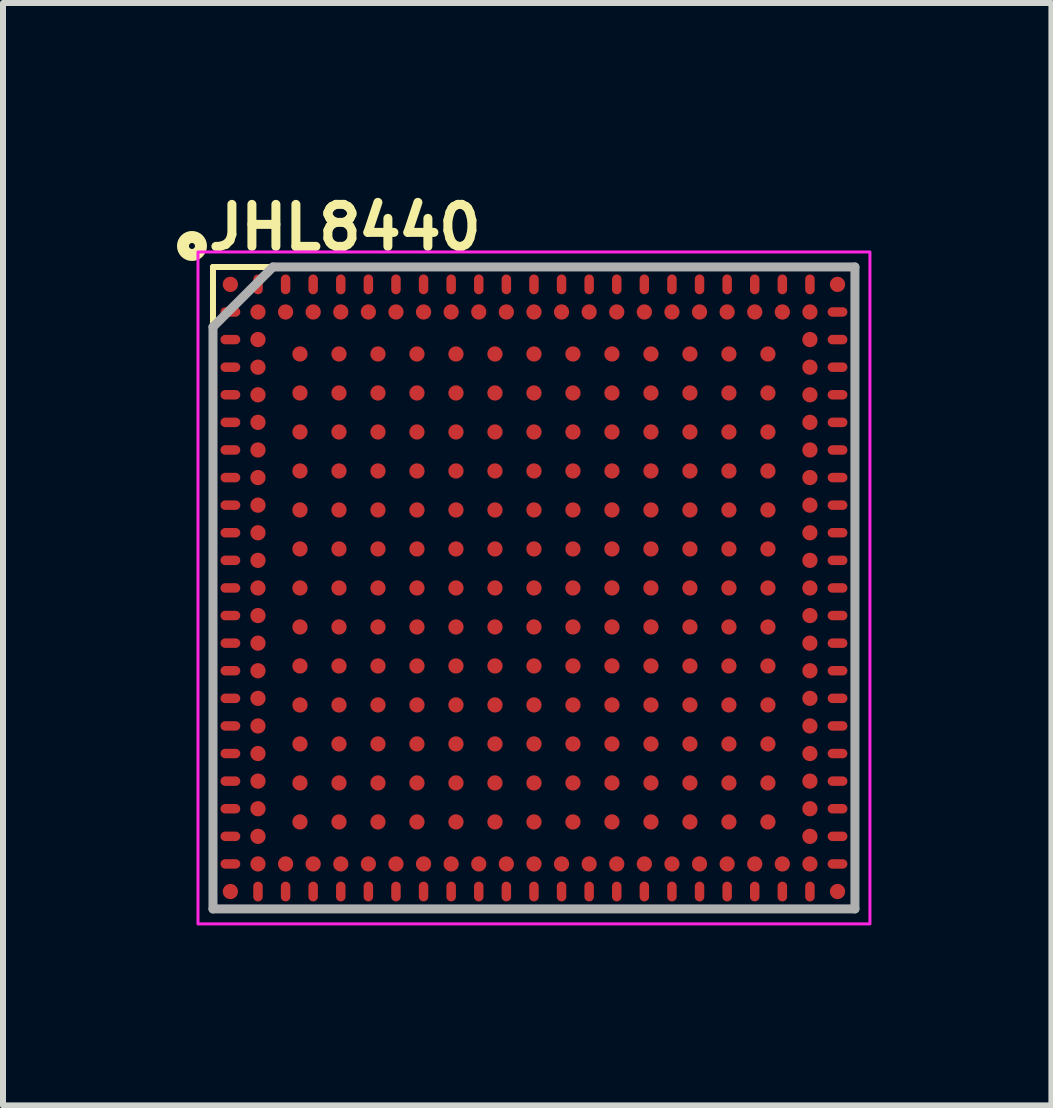
<source format=kicad_pcb>
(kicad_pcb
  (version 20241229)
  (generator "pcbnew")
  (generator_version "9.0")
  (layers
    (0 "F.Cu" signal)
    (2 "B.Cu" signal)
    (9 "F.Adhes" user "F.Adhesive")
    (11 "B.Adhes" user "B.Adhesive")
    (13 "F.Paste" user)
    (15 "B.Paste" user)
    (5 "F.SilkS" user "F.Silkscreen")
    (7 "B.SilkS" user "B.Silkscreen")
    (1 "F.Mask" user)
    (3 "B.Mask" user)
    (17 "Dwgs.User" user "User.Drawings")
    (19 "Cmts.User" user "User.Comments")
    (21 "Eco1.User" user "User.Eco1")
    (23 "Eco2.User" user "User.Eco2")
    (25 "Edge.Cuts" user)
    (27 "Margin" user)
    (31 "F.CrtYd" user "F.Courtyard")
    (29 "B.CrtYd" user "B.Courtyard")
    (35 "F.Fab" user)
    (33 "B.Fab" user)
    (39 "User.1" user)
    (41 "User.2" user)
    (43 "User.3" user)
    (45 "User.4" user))
  (footprint "JHL8440"
    (layer "F.Cu")
    (at 5.85 6.75)
    (property "Reference" "JHL8440" (at -5.5 -5.6 0) (unlocked yes) (layer "F.SilkS") (effects (font (size 0.7 0.7) (thickness 0.15)) (justify left bottom)))
    (attr smd)
    (fp_line (start -5.35 5.35) (end -5.35 -5.35) (stroke (width 0.1) (type solid)) (layer "F.SilkS"))
    (fp_line (start -5.35 5.35) (end 5.35 5.35) (stroke (width 0.1) (type solid)) (layer "F.SilkS"))
    (fp_line (start 5.35 -5.35) (end -5.35 -5.35) (stroke (width 0.1) (type solid)) (layer "F.SilkS"))
    (fp_line (start 5.35 -5.35) (end 5.35 5.35) (stroke (width 0.1) (type solid)) (layer "F.SilkS"))
    (fp_circle (center -5.7 -5.7) (end -5.65 -5.7) (stroke (width 0.2) (type solid)) (fill no) (layer "F.SilkS"))
    (fp_rect (start -5.6 -5.6) (end 5.6 5.6) (stroke (width 0.05) (type solid)) (fill no) (layer "F.CrtYd"))
    (fp_line (start -5.35 5.35) (end -5.35 -4.35) (stroke (width 0.15) (type solid)) (layer "F.Fab"))
    (fp_line (start -4.35 -5.35) (end -5.35 -4.35) (stroke (width 0.15) (type solid)) (layer "F.Fab"))
    (fp_line (start -4.35 -5.35) (end 5.35 -5.35) (stroke (width 0.15) (type solid)) (layer "F.Fab"))
    (fp_line (start 5.35 -5.35) (end 5.35 5.35) (stroke (width 0.15) (type solid)) (layer "F.Fab"))
    (fp_line (start 5.35 5.35) (end -5.35 5.35) (stroke (width 0.15) (type solid)) (layer "F.Fab"))
    (fp_rect (start -5.35 -5.35) (end 5.35 5.35) (stroke (width 0.15) (type solid)) (fill no) (layer "User.5"))
    (fp_line (start -5.35 -5.35) (end 5.35 -5.35) (stroke (width 0.1) (type solid)) (layer "User.9"))
    (fp_line (start -5.35 5.35) (end -5.35 -5.35) (stroke (width 0.1) (type solid)) (layer "User.9"))
    (fp_line (start 5.35 -5.35) (end 5.35 5.35) (stroke (width 0.1) (type solid)) (layer "User.9"))
    (fp_line (start 5.35 5.35) (end -5.35 5.35) (stroke (width 0.1) (type solid)) (layer "User.9"))
    (pad "A1" smd circle (at -5.06 -5.06) (size 0.254 0.254) (layers "F.Cu" "F.Mask" "F.Paste"))
    (pad "A2" smd oval (at -4.6 -5.06) (size 0.158 0.33) (layers "F.Cu" "F.Mask" "F.Paste"))
    (pad "A3" smd oval (at -4.14 -5.06) (size 0.158 0.33) (layers "F.Cu" "F.Mask" "F.Paste"))
    (pad "A4" smd oval (at -3.68 -5.06) (size 0.158 0.33) (layers "F.Cu" "F.Mask" "F.Paste"))
    (pad "A5" smd oval (at -3.22 -5.06) (size 0.158 0.33) (layers "F.Cu" "F.Mask" "F.Paste"))
    (pad "A6" smd oval (at -2.76 -5.06) (size 0.158 0.33) (layers "F.Cu" "F.Mask" "F.Paste"))
    (pad "A7" smd oval (at -2.3 -5.06) (size 0.158 0.33) (layers "F.Cu" "F.Mask" "F.Paste"))
    (pad "A8" smd oval (at -1.84 -5.06) (size 0.158 0.33) (layers "F.Cu" "F.Mask" "F.Paste"))
    (pad "A9" smd oval (at -1.38 -5.06) (size 0.158 0.33) (layers "F.Cu" "F.Mask" "F.Paste"))
    (pad "A10" smd oval (at -0.92 -5.06) (size 0.158 0.33) (layers "F.Cu" "F.Mask" "F.Paste"))
    (pad "A11" smd oval (at -0.46 -5.06) (size 0.158 0.33) (layers "F.Cu" "F.Mask" "F.Paste"))
    (pad "A12" smd oval (at 0 -5.06) (size 0.158 0.33) (layers "F.Cu" "F.Mask" "F.Paste"))
    (pad "A13" smd oval (at 0.46 -5.06) (size 0.158 0.33) (layers "F.Cu" "F.Mask" "F.Paste"))
    (pad "A14" smd oval (at 0.92 -5.06) (size 0.158 0.33) (layers "F.Cu" "F.Mask" "F.Paste"))
    (pad "A15" smd oval (at 1.38 -5.06) (size 0.158 0.33) (layers "F.Cu" "F.Mask" "F.Paste"))
    (pad "A16" smd oval (at 1.84 -5.06) (size 0.158 0.33) (layers "F.Cu" "F.Mask" "F.Paste"))
    (pad "A17" smd oval (at 2.3 -5.06) (size 0.158 0.33) (layers "F.Cu" "F.Mask" "F.Paste"))
    (pad "A18" smd oval (at 2.76 -5.06) (size 0.158 0.33) (layers "F.Cu" "F.Mask" "F.Paste"))
    (pad "A19" smd oval (at 3.22 -5.06) (size 0.158 0.33) (layers "F.Cu" "F.Mask" "F.Paste"))
    (pad "A20" smd oval (at 3.68 -5.06) (size 0.158 0.33) (layers "F.Cu" "F.Mask" "F.Paste"))
    (pad "A21" smd oval (at 4.14 -5.06) (size 0.158 0.33) (layers "F.Cu" "F.Mask" "F.Paste"))
    (pad "A22" smd oval (at 4.6 -5.06) (size 0.158 0.33) (layers "F.Cu" "F.Mask" "F.Paste"))
    (pad "A23" smd circle (at 5.06 -5.06) (size 0.254 0.254) (layers "F.Cu" "F.Mask" "F.Paste"))
    (pad "AA1" smd oval (at -5.06 4.14 90) (size 0.158 0.33) (layers "F.Cu" "F.Mask" "F.Paste"))
    (pad "AA2" smd circle (at -4.6 4.14) (size 0.254 0.254) (layers "F.Cu" "F.Mask" "F.Paste"))
    (pad "AA22" smd circle (at 4.6 4.14) (size 0.254 0.254) (layers "F.Cu" "F.Mask" "F.Paste"))
    (pad "AA23" smd oval (at 5.06 4.14 90) (size 0.158 0.33) (layers "F.Cu" "F.Mask" "F.Paste"))
    (pad "AB1" smd oval (at -5.06 4.6 90) (size 0.158 0.33) (layers "F.Cu" "F.Mask" "F.Paste"))
    (pad "AB2" smd circle (at -4.6 4.6) (size 0.254 0.254) (layers "F.Cu" "F.Mask" "F.Paste"))
    (pad "AB3" smd circle (at -4.14 4.6) (size 0.254 0.254) (layers "F.Cu" "F.Mask" "F.Paste"))
    (pad "AB4" smd circle (at -3.68 4.6) (size 0.254 0.254) (layers "F.Cu" "F.Mask" "F.Paste"))
    (pad "AB5" smd circle (at -3.22 4.6) (size 0.254 0.254) (layers "F.Cu" "F.Mask" "F.Paste"))
    (pad "AB6" smd circle (at -2.76 4.6) (size 0.254 0.254) (layers "F.Cu" "F.Mask" "F.Paste"))
    (pad "AB7" smd circle (at -2.3 4.6) (size 0.254 0.254) (layers "F.Cu" "F.Mask" "F.Paste"))
    (pad "AB8" smd circle (at -1.84 4.6) (size 0.254 0.254) (layers "F.Cu" "F.Mask" "F.Paste"))
    (pad "AB9" smd circle (at -1.38 4.6) (size 0.254 0.254) (layers "F.Cu" "F.Mask" "F.Paste"))
    (pad "AB10" smd circle (at -0.92 4.6) (size 0.254 0.254) (layers "F.Cu" "F.Mask" "F.Paste"))
    (pad "AB11" smd circle (at -0.46 4.6) (size 0.254 0.254) (layers "F.Cu" "F.Mask" "F.Paste"))
    (pad "AB12" smd circle (at 0 4.6) (size 0.254 0.254) (layers "F.Cu" "F.Mask" "F.Paste"))
    (pad "AB13" smd circle (at 0.46 4.6) (size 0.254 0.254) (layers "F.Cu" "F.Mask" "F.Paste"))
    (pad "AB14" smd circle (at 0.92 4.6) (size 0.254 0.254) (layers "F.Cu" "F.Mask" "F.Paste"))
    (pad "AB15" smd circle (at 1.38 4.6) (size 0.254 0.254) (layers "F.Cu" "F.Mask" "F.Paste"))
    (pad "AB16" smd circle (at 1.84 4.6) (size 0.254 0.254) (layers "F.Cu" "F.Mask" "F.Paste"))
    (pad "AB17" smd circle (at 2.3 4.6) (size 0.254 0.254) (layers "F.Cu" "F.Mask" "F.Paste"))
    (pad "AB18" smd circle (at 2.76 4.6) (size 0.254 0.254) (layers "F.Cu" "F.Mask" "F.Paste"))
    (pad "AB19" smd circle (at 3.22 4.6) (size 0.254 0.254) (layers "F.Cu" "F.Mask" "F.Paste"))
    (pad "AB20" smd circle (at 3.68 4.6) (size 0.254 0.254) (layers "F.Cu" "F.Mask" "F.Paste"))
    (pad "AB21" smd circle (at 4.14 4.6) (size 0.254 0.254) (layers "F.Cu" "F.Mask" "F.Paste"))
    (pad "AB22" smd circle (at 4.6 4.6) (size 0.254 0.254) (layers "F.Cu" "F.Mask" "F.Paste"))
    (pad "AB23" smd oval (at 5.06 4.6 90) (size 0.158 0.33) (layers "F.Cu" "F.Mask" "F.Paste"))
    (pad "AC1" smd circle (at -5.06 5.06) (size 0.254 0.254) (layers "F.Cu" "F.Mask" "F.Paste"))
    (pad "AC2" smd oval (at -4.6 5.06) (size 0.158 0.33) (layers "F.Cu" "F.Mask" "F.Paste"))
    (pad "AC3" smd oval (at -4.14 5.06) (size 0.158 0.33) (layers "F.Cu" "F.Mask" "F.Paste"))
    (pad "AC4" smd oval (at -3.68 5.06) (size 0.158 0.33) (layers "F.Cu" "F.Mask" "F.Paste"))
    (pad "AC5" smd oval (at -3.22 5.06) (size 0.158 0.33) (layers "F.Cu" "F.Mask" "F.Paste"))
    (pad "AC6" smd oval (at -2.76 5.06) (size 0.158 0.33) (layers "F.Cu" "F.Mask" "F.Paste"))
    (pad "AC7" smd oval (at -2.3 5.06) (size 0.158 0.33) (layers "F.Cu" "F.Mask" "F.Paste"))
    (pad "AC8" smd oval (at -1.84 5.06) (size 0.158 0.33) (layers "F.Cu" "F.Mask" "F.Paste"))
    (pad "AC9" smd oval (at -1.38 5.06) (size 0.158 0.33) (layers "F.Cu" "F.Mask" "F.Paste"))
    (pad "AC10" smd oval (at -0.92 5.06) (size 0.158 0.33) (layers "F.Cu" "F.Mask" "F.Paste"))
    (pad "AC11" smd oval (at -0.46 5.06) (size 0.158 0.33) (layers "F.Cu" "F.Mask" "F.Paste"))
    (pad "AC12" smd oval (at 0 5.06) (size 0.158 0.33) (layers "F.Cu" "F.Mask" "F.Paste"))
    (pad "AC13" smd oval (at 0.46 5.06) (size 0.158 0.33) (layers "F.Cu" "F.Mask" "F.Paste"))
    (pad "AC14" smd oval (at 0.92 5.06) (size 0.158 0.33) (layers "F.Cu" "F.Mask" "F.Paste"))
    (pad "AC15" smd oval (at 1.38 5.06) (size 0.158 0.33) (layers "F.Cu" "F.Mask" "F.Paste"))
    (pad "AC16" smd oval (at 1.84 5.06) (size 0.158 0.33) (layers "F.Cu" "F.Mask" "F.Paste"))
    (pad "AC17" smd oval (at 2.3 5.06) (size 0.158 0.33) (layers "F.Cu" "F.Mask" "F.Paste"))
    (pad "AC18" smd oval (at 2.76 5.06) (size 0.158 0.33) (layers "F.Cu" "F.Mask" "F.Paste"))
    (pad "AC19" smd oval (at 3.22 5.06) (size 0.158 0.33) (layers "F.Cu" "F.Mask" "F.Paste"))
    (pad "AC20" smd oval (at 3.68 5.06) (size 0.158 0.33) (layers "F.Cu" "F.Mask" "F.Paste"))
    (pad "AC21" smd oval (at 4.14 5.06) (size 0.158 0.33) (layers "F.Cu" "F.Mask" "F.Paste"))
    (pad "AC22" smd oval (at 4.6 5.06) (size 0.158 0.33) (layers "F.Cu" "F.Mask" "F.Paste"))
    (pad "AC23" smd circle (at 5.06 5.06) (size 0.254 0.254) (layers "F.Cu" "F.Mask" "F.Paste"))
    (pad "B1" smd oval (at -5.06 -4.6 90) (size 0.158 0.33) (layers "F.Cu" "F.Mask" "F.Paste"))
    (pad "B2" smd circle (at -4.6 -4.6) (size 0.254 0.254) (layers "F.Cu" "F.Mask" "F.Paste"))
    (pad "B3" smd circle (at -4.14 -4.6) (size 0.254 0.254) (layers "F.Cu" "F.Mask" "F.Paste"))
    (pad "B4" smd circle (at -3.68 -4.6) (size 0.254 0.254) (layers "F.Cu" "F.Mask" "F.Paste"))
    (pad "B5" smd circle (at -3.22 -4.6) (size 0.254 0.254) (layers "F.Cu" "F.Mask" "F.Paste"))
    (pad "B6" smd circle (at -2.76 -4.6) (size 0.254 0.254) (layers "F.Cu" "F.Mask" "F.Paste"))
    (pad "B7" smd circle (at -2.3 -4.6) (size 0.254 0.254) (layers "F.Cu" "F.Mask" "F.Paste"))
    (pad "B8" smd circle (at -1.84 -4.6) (size 0.254 0.254) (layers "F.Cu" "F.Mask" "F.Paste"))
    (pad "B9" smd circle (at -1.38 -4.6) (size 0.254 0.254) (layers "F.Cu" "F.Mask" "F.Paste"))
    (pad "B10" smd circle (at -0.92 -4.6) (size 0.254 0.254) (layers "F.Cu" "F.Mask" "F.Paste"))
    (pad "B11" smd circle (at -0.46 -4.6) (size 0.254 0.254) (layers "F.Cu" "F.Mask" "F.Paste"))
    (pad "B12" smd circle (at 0 -4.6) (size 0.254 0.254) (layers "F.Cu" "F.Mask" "F.Paste"))
    (pad "B13" smd circle (at 0.46 -4.6) (size 0.254 0.254) (layers "F.Cu" "F.Mask" "F.Paste"))
    (pad "B14" smd circle (at 0.92 -4.6) (size 0.254 0.254) (layers "F.Cu" "F.Mask" "F.Paste"))
    (pad "B15" smd circle (at 1.38 -4.6) (size 0.254 0.254) (layers "F.Cu" "F.Mask" "F.Paste"))
    (pad "B16" smd circle (at 1.84 -4.6) (size 0.254 0.254) (layers "F.Cu" "F.Mask" "F.Paste"))
    (pad "B17" smd circle (at 2.3 -4.6) (size 0.254 0.254) (layers "F.Cu" "F.Mask" "F.Paste"))
    (pad "B18" smd circle (at 2.76 -4.6) (size 0.254 0.254) (layers "F.Cu" "F.Mask" "F.Paste"))
    (pad "B19" smd circle (at 3.22 -4.6) (size 0.254 0.254) (layers "F.Cu" "F.Mask" "F.Paste"))
    (pad "B20" smd circle (at 3.68 -4.6) (size 0.254 0.254) (layers "F.Cu" "F.Mask" "F.Paste"))
    (pad "B21" smd circle (at 4.14 -4.6) (size 0.254 0.254) (layers "F.Cu" "F.Mask" "F.Paste"))
    (pad "B22" smd circle (at 4.6 -4.6) (size 0.254 0.254) (layers "F.Cu" "F.Mask" "F.Paste"))
    (pad "B23" smd oval (at 5.06 -4.6 90) (size 0.158 0.33) (layers "F.Cu" "F.Mask" "F.Paste"))
    (pad "C1" smd oval (at -5.06 -4.14 90) (size 0.158 0.33) (layers "F.Cu" "F.Mask" "F.Paste"))
    (pad "C2" smd circle (at -4.6 -4.14) (size 0.254 0.254) (layers "F.Cu" "F.Mask" "F.Paste"))
    (pad "C22" smd circle (at 4.6 -4.14) (size 0.254 0.254) (layers "F.Cu" "F.Mask" "F.Paste"))
    (pad "C23" smd oval (at 5.06 -4.14 90) (size 0.158 0.33) (layers "F.Cu" "F.Mask" "F.Paste"))
    (pad "D1" smd oval (at -5.06 -3.68 90) (size 0.158 0.33) (layers "F.Cu" "F.Mask" "F.Paste"))
    (pad "D2" smd circle (at -4.6 -3.68) (size 0.254 0.254) (layers "F.Cu" "F.Mask" "F.Paste"))
    (pad "D4" smd circle (at -3.9 -3.9) (size 0.254 0.254) (layers "F.Cu" "F.Mask" "F.Paste"))
    (pad "D5" smd circle (at -3.25 -3.9) (size 0.254 0.254) (layers "F.Cu" "F.Mask" "F.Paste"))
    (pad "D6" smd circle (at -2.6 -3.9) (size 0.254 0.254) (layers "F.Cu" "F.Mask" "F.Paste"))
    (pad "D8" smd circle (at -1.95 -3.9) (size 0.254 0.254) (layers "F.Cu" "F.Mask" "F.Paste"))
    (pad "D9" smd circle (at -1.3 -3.9) (size 0.254 0.254) (layers "F.Cu" "F.Mask" "F.Paste"))
    (pad "D11" smd circle (at -0.65 -3.9) (size 0.254 0.254) (layers "F.Cu" "F.Mask" "F.Paste"))
    (pad "D12" smd circle (at 0 -3.9) (size 0.254 0.254) (layers "F.Cu" "F.Mask" "F.Paste"))
    (pad "D13" smd circle (at 0.65 -3.9) (size 0.254 0.254) (layers "F.Cu" "F.Mask" "F.Paste"))
    (pad "D15" smd circle (at 1.3 -3.9) (size 0.254 0.254) (layers "F.Cu" "F.Mask" "F.Paste"))
    (pad "D16" smd circle (at 1.95 -3.9) (size 0.254 0.254) (layers "F.Cu" "F.Mask" "F.Paste"))
    (pad "D18" smd circle (at 2.6 -3.9) (size 0.254 0.254) (layers "F.Cu" "F.Mask" "F.Paste"))
    (pad "D19" smd circle (at 3.25 -3.9) (size 0.254 0.254) (layers "F.Cu" "F.Mask" "F.Paste"))
    (pad "D20" smd circle (at 3.9 -3.9) (size 0.254 0.254) (layers "F.Cu" "F.Mask" "F.Paste"))
    (pad "D22" smd circle (at 4.6 -3.68) (size 0.254 0.254) (layers "F.Cu" "F.Mask" "F.Paste"))
    (pad "D23" smd oval (at 5.06 -3.68 90) (size 0.158 0.33) (layers "F.Cu" "F.Mask" "F.Paste"))
    (pad "E1" smd oval (at -5.06 -3.22 90) (size 0.158 0.33) (layers "F.Cu" "F.Mask" "F.Paste"))
    (pad "E2" smd circle (at -4.6 -3.22) (size 0.254 0.254) (layers "F.Cu" "F.Mask" "F.Paste"))
    (pad "E4" smd circle (at -3.9 -3.25) (size 0.254 0.254) (layers "F.Cu" "F.Mask" "F.Paste"))
    (pad "E5" smd circle (at -3.25 -3.25) (size 0.254 0.254) (layers "F.Cu" "F.Mask" "F.Paste"))
    (pad "E6" smd circle (at -2.6 -3.25) (size 0.254 0.254) (layers "F.Cu" "F.Mask" "F.Paste"))
    (pad "E8" smd circle (at -1.95 -3.25) (size 0.254 0.254) (layers "F.Cu" "F.Mask" "F.Paste"))
    (pad "E9" smd circle (at -1.3 -3.25) (size 0.254 0.254) (layers "F.Cu" "F.Mask" "F.Paste"))
    (pad "E11" smd circle (at -0.65 -3.25) (size 0.254 0.254) (layers "F.Cu" "F.Mask" "F.Paste"))
    (pad "E12" smd circle (at 0 -3.25) (size 0.254 0.254) (layers "F.Cu" "F.Mask" "F.Paste"))
    (pad "E13" smd circle (at 0.65 -3.25) (size 0.254 0.254) (layers "F.Cu" "F.Mask" "F.Paste"))
    (pad "E15" smd circle (at 1.3 -3.25) (size 0.254 0.254) (layers "F.Cu" "F.Mask" "F.Paste"))
    (pad "E16" smd circle (at 1.95 -3.25) (size 0.254 0.254) (layers "F.Cu" "F.Mask" "F.Paste"))
    (pad "E18" smd circle (at 2.6 -3.25) (size 0.254 0.254) (layers "F.Cu" "F.Mask" "F.Paste"))
    (pad "E19" smd circle (at 3.25 -3.25) (size 0.254 0.254) (layers "F.Cu" "F.Mask" "F.Paste"))
    (pad "E20" smd circle (at 3.9 -3.25) (size 0.254 0.254) (layers "F.Cu" "F.Mask" "F.Paste"))
    (pad "E22" smd circle (at 4.6 -3.22) (size 0.254 0.254) (layers "F.Cu" "F.Mask" "F.Paste"))
    (pad "E23" smd oval (at 5.06 -3.22 90) (size 0.158 0.33) (layers "F.Cu" "F.Mask" "F.Paste"))
    (pad "F1" smd oval (at -5.06 -2.76 90) (size 0.158 0.33) (layers "F.Cu" "F.Mask" "F.Paste"))
    (pad "F2" smd circle (at -4.6 -2.76) (size 0.254 0.254) (layers "F.Cu" "F.Mask" "F.Paste"))
    (pad "F4" smd circle (at -3.9 -2.6) (size 0.254 0.254) (layers "F.Cu" "F.Mask" "F.Paste"))
    (pad "F5" smd circle (at -3.25 -2.6) (size 0.254 0.254) (layers "F.Cu" "F.Mask" "F.Paste"))
    (pad "F6" smd circle (at -2.6 -2.6) (size 0.254 0.254) (layers "F.Cu" "F.Mask" "F.Paste"))
    (pad "F8" smd circle (at -1.95 -2.6) (size 0.254 0.254) (layers "F.Cu" "F.Mask" "F.Paste"))
    (pad "F9" smd circle (at -1.3 -2.6) (size 0.254 0.254) (layers "F.Cu" "F.Mask" "F.Paste"))
    (pad "F11" smd circle (at -0.65 -2.6) (size 0.254 0.254) (layers "F.Cu" "F.Mask" "F.Paste"))
    (pad "F12" smd circle (at 0 -2.6) (size 0.254 0.254) (layers "F.Cu" "F.Mask" "F.Paste"))
    (pad "F13" smd circle (at 0.65 -2.6) (size 0.254 0.254) (layers "F.Cu" "F.Mask" "F.Paste"))
    (pad "F15" smd circle (at 1.3 -2.6) (size 0.254 0.254) (layers "F.Cu" "F.Mask" "F.Paste"))
    (pad "F16" smd circle (at 1.95 -2.6) (size 0.254 0.254) (layers "F.Cu" "F.Mask" "F.Paste"))
    (pad "F18" smd circle (at 2.6 -2.6) (size 0.254 0.254) (layers "F.Cu" "F.Mask" "F.Paste"))
    (pad "F19" smd circle (at 3.25 -2.6) (size 0.254 0.254) (layers "F.Cu" "F.Mask" "F.Paste"))
    (pad "F20" smd circle (at 3.9 -2.6) (size 0.254 0.254) (layers "F.Cu" "F.Mask" "F.Paste"))
    (pad "F22" smd circle (at 4.6 -2.76) (size 0.254 0.254) (layers "F.Cu" "F.Mask" "F.Paste"))
    (pad "F23" smd oval (at 5.06 -2.76 90) (size 0.158 0.33) (layers "F.Cu" "F.Mask" "F.Paste"))
    (pad "G1" smd oval (at -5.06 -2.3 90) (size 0.158 0.33) (layers "F.Cu" "F.Mask" "F.Paste"))
    (pad "G2" smd circle (at -4.6 -2.3) (size 0.254 0.254) (layers "F.Cu" "F.Mask" "F.Paste"))
    (pad "G22" smd circle (at 4.6 -2.3) (size 0.254 0.254) (layers "F.Cu" "F.Mask" "F.Paste"))
    (pad "G23" smd oval (at 5.06 -2.3 90) (size 0.158 0.33) (layers "F.Cu" "F.Mask" "F.Paste"))
    (pad "H1" smd oval (at -5.06 -1.84 90) (size 0.158 0.33) (layers "F.Cu" "F.Mask" "F.Paste"))
    (pad "H2" smd circle (at -4.6 -1.84) (size 0.254 0.254) (layers "F.Cu" "F.Mask" "F.Paste"))
    (pad "H4" smd circle (at -3.9 -1.95) (size 0.254 0.254) (layers "F.Cu" "F.Mask" "F.Paste"))
    (pad "H5" smd circle (at -3.25 -1.95) (size 0.254 0.254) (layers "F.Cu" "F.Mask" "F.Paste"))
    (pad "H6" smd circle (at -2.6 -1.95) (size 0.254 0.254) (layers "F.Cu" "F.Mask" "F.Paste"))
    (pad "H8" smd circle (at -1.95 -1.95) (size 0.254 0.254) (layers "F.Cu" "F.Mask" "F.Paste"))
    (pad "H9" smd circle (at -1.3 -1.95) (size 0.254 0.254) (layers "F.Cu" "F.Mask" "F.Paste"))
    (pad "H11" smd circle (at -0.65 -1.95) (size 0.254 0.254) (layers "F.Cu" "F.Mask" "F.Paste"))
    (pad "H12" smd circle (at 0 -1.95) (size 0.254 0.254) (layers "F.Cu" "F.Mask" "F.Paste"))
    (pad "H13" smd circle (at 0.65 -1.95) (size 0.254 0.254) (layers "F.Cu" "F.Mask" "F.Paste"))
    (pad "H15" smd circle (at 1.3 -1.95) (size 0.254 0.254) (layers "F.Cu" "F.Mask" "F.Paste"))
    (pad "H16" smd circle (at 1.95 -1.95) (size 0.254 0.254) (layers "F.Cu" "F.Mask" "F.Paste"))
    (pad "H18" smd circle (at 2.6 -1.95) (size 0.254 0.254) (layers "F.Cu" "F.Mask" "F.Paste"))
    (pad "H19" smd circle (at 3.25 -1.95) (size 0.254 0.254) (layers "F.Cu" "F.Mask" "F.Paste"))
    (pad "H20" smd circle (at 3.9 -1.95) (size 0.254 0.254) (layers "F.Cu" "F.Mask" "F.Paste"))
    (pad "H22" smd circle (at 4.6 -1.84) (size 0.254 0.254) (layers "F.Cu" "F.Mask" "F.Paste"))
    (pad "H23" smd oval (at 5.06 -1.84 90) (size 0.158 0.33) (layers "F.Cu" "F.Mask" "F.Paste"))
    (pad "J1" smd oval (at -5.06 -1.38 90) (size 0.158 0.33) (layers "F.Cu" "F.Mask" "F.Paste"))
    (pad "J2" smd circle (at -4.6 -1.38) (size 0.254 0.254) (layers "F.Cu" "F.Mask" "F.Paste"))
    (pad "J4" smd circle (at -3.9 -1.3) (size 0.254 0.254) (layers "F.Cu" "F.Mask" "F.Paste"))
    (pad "J5" smd circle (at -3.25 -1.3) (size 0.254 0.254) (layers "F.Cu" "F.Mask" "F.Paste"))
    (pad "J6" smd circle (at -2.6 -1.3) (size 0.254 0.254) (layers "F.Cu" "F.Mask" "F.Paste"))
    (pad "J8" smd circle (at -1.95 -1.3) (size 0.254 0.254) (layers "F.Cu" "F.Mask" "F.Paste"))
    (pad "J9" smd circle (at -1.3 -1.3) (size 0.254 0.254) (layers "F.Cu" "F.Mask" "F.Paste"))
    (pad "J11" smd circle (at -0.65 -1.3) (size 0.254 0.254) (layers "F.Cu" "F.Mask" "F.Paste"))
    (pad "J12" smd circle (at 0 -1.3) (size 0.254 0.254) (layers "F.Cu" "F.Mask" "F.Paste"))
    (pad "J13" smd circle (at 0.65 -1.3) (size 0.254 0.254) (layers "F.Cu" "F.Mask" "F.Paste"))
    (pad "J15" smd circle (at 1.3 -1.3) (size 0.254 0.254) (layers "F.Cu" "F.Mask" "F.Paste"))
    (pad "J16" smd circle (at 1.95 -1.3) (size 0.254 0.254) (layers "F.Cu" "F.Mask" "F.Paste"))
    (pad "J18" smd circle (at 2.6 -1.3) (size 0.254 0.254) (layers "F.Cu" "F.Mask" "F.Paste"))
    (pad "J19" smd circle (at 3.25 -1.3) (size 0.254 0.254) (layers "F.Cu" "F.Mask" "F.Paste"))
    (pad "J20" smd circle (at 3.9 -1.3) (size 0.254 0.254) (layers "F.Cu" "F.Mask" "F.Paste"))
    (pad "J22" smd circle (at 4.6 -1.38) (size 0.254 0.254) (layers "F.Cu" "F.Mask" "F.Paste"))
    (pad "J23" smd oval (at 5.06 -1.38 90) (size 0.158 0.33) (layers "F.Cu" "F.Mask" "F.Paste"))
    (pad "K1" smd oval (at -5.06 -0.92 90) (size 0.158 0.33) (layers "F.Cu" "F.Mask" "F.Paste"))
    (pad "K2" smd circle (at -4.6 -0.92) (size 0.254 0.254) (layers "F.Cu" "F.Mask" "F.Paste"))
    (pad "K22" smd circle (at 4.6 -0.92) (size 0.254 0.254) (layers "F.Cu" "F.Mask" "F.Paste"))
    (pad "K23" smd oval (at 5.06 -0.92 90) (size 0.158 0.33) (layers "F.Cu" "F.Mask" "F.Paste"))
    (pad "L1" smd oval (at -5.06 -0.46 90) (size 0.158 0.33) (layers "F.Cu" "F.Mask" "F.Paste"))
    (pad "L2" smd circle (at -4.6 -0.46) (size 0.254 0.254) (layers "F.Cu" "F.Mask" "F.Paste"))
    (pad "L4" smd circle (at -3.9 -0.65) (size 0.254 0.254) (layers "F.Cu" "F.Mask" "F.Paste"))
    (pad "L5" smd circle (at -3.25 -0.65) (size 0.254 0.254) (layers "F.Cu" "F.Mask" "F.Paste"))
    (pad "L6" smd circle (at -2.6 -0.65) (size 0.254 0.254) (layers "F.Cu" "F.Mask" "F.Paste"))
    (pad "L8" smd circle (at -1.95 -0.65) (size 0.254 0.254) (layers "F.Cu" "F.Mask" "F.Paste"))
    (pad "L9" smd circle (at -1.3 -0.65) (size 0.254 0.254) (layers "F.Cu" "F.Mask" "F.Paste"))
    (pad "L11" smd circle (at -0.65 -0.65) (size 0.254 0.254) (layers "F.Cu" "F.Mask" "F.Paste"))
    (pad "L12" smd circle (at 0 -0.65) (size 0.254 0.254) (layers "F.Cu" "F.Mask" "F.Paste"))
    (pad "L13" smd circle (at 0.65 -0.65) (size 0.254 0.254) (layers "F.Cu" "F.Mask" "F.Paste"))
    (pad "L15" smd circle (at 1.3 -0.65) (size 0.254 0.254) (layers "F.Cu" "F.Mask" "F.Paste"))
    (pad "L16" smd circle (at 1.95 -0.65) (size 0.254 0.254) (layers "F.Cu" "F.Mask" "F.Paste"))
    (pad "L18" smd circle (at 2.6 -0.65) (size 0.254 0.254) (layers "F.Cu" "F.Mask" "F.Paste"))
    (pad "L19" smd circle (at 3.25 -0.65) (size 0.254 0.254) (layers "F.Cu" "F.Mask" "F.Paste"))
    (pad "L20" smd circle (at 3.9 -0.65) (size 0.254 0.254) (layers "F.Cu" "F.Mask" "F.Paste"))
    (pad "L22" smd circle (at 4.6 -0.46) (size 0.254 0.254) (layers "F.Cu" "F.Mask" "F.Paste"))
    (pad "L23" smd oval (at 5.06 -0.46 90) (size 0.158 0.33) (layers "F.Cu" "F.Mask" "F.Paste"))
    (pad "M1" smd oval (at -5.06 0 90) (size 0.158 0.33) (layers "F.Cu" "F.Mask" "F.Paste"))
    (pad "M2" smd circle (at -4.6 0) (size 0.254 0.254) (layers "F.Cu" "F.Mask" "F.Paste"))
    (pad "M4" smd circle (at -3.9 0) (size 0.254 0.254) (layers "F.Cu" "F.Mask" "F.Paste"))
    (pad "M5" smd circle (at -3.25 0) (size 0.254 0.254) (layers "F.Cu" "F.Mask" "F.Paste"))
    (pad "M6" smd circle (at -2.6 0) (size 0.254 0.254) (layers "F.Cu" "F.Mask" "F.Paste"))
    (pad "M8" smd circle (at -1.95 0) (size 0.254 0.254) (layers "F.Cu" "F.Mask" "F.Paste"))
    (pad "M9" smd circle (at -1.3 0) (size 0.254 0.254) (layers "F.Cu" "F.Mask" "F.Paste"))
    (pad "M11" smd circle (at -0.65 0) (size 0.254 0.254) (layers "F.Cu" "F.Mask" "F.Paste"))
    (pad "M12" smd circle (at 0 0) (size 0.254 0.254) (layers "F.Cu" "F.Mask" "F.Paste"))
    (pad "M13" smd circle (at 0.65 0) (size 0.254 0.254) (layers "F.Cu" "F.Mask" "F.Paste"))
    (pad "M15" smd circle (at 1.3 0) (size 0.254 0.254) (layers "F.Cu" "F.Mask" "F.Paste"))
    (pad "M16" smd circle (at 1.95 0) (size 0.254 0.254) (layers "F.Cu" "F.Mask" "F.Paste"))
    (pad "M18" smd circle (at 2.6 0) (size 0.254 0.254) (layers "F.Cu" "F.Mask" "F.Paste"))
    (pad "M19" smd circle (at 3.25 0) (size 0.254 0.254) (layers "F.Cu" "F.Mask" "F.Paste"))
    (pad "M20" smd circle (at 3.9 0) (size 0.254 0.254) (layers "F.Cu" "F.Mask" "F.Paste"))
    (pad "M22" smd circle (at 4.6 0) (size 0.254 0.254) (layers "F.Cu" "F.Mask" "F.Paste"))
    (pad "M23" smd oval (at 5.06 0 90) (size 0.158 0.33) (layers "F.Cu" "F.Mask" "F.Paste"))
    (pad "N1" smd oval (at -5.06 0.46 90) (size 0.158 0.33) (layers "F.Cu" "F.Mask" "F.Paste"))
    (pad "N2" smd circle (at -4.6 0.46) (size 0.254 0.254) (layers "F.Cu" "F.Mask" "F.Paste"))
    (pad "N4" smd circle (at -3.9 0.65) (size 0.254 0.254) (layers "F.Cu" "F.Mask" "F.Paste"))
    (pad "N5" smd circle (at -3.25 0.65) (size 0.254 0.254) (layers "F.Cu" "F.Mask" "F.Paste"))
    (pad "N6" smd circle (at -2.6 0.65) (size 0.254 0.254) (layers "F.Cu" "F.Mask" "F.Paste"))
    (pad "N8" smd circle (at -1.95 0.65) (size 0.254 0.254) (layers "F.Cu" "F.Mask" "F.Paste"))
    (pad "N9" smd circle (at -1.3 0.65) (size 0.254 0.254) (layers "F.Cu" "F.Mask" "F.Paste"))
    (pad "N11" smd circle (at -0.65 0.65) (size 0.254 0.254) (layers "F.Cu" "F.Mask" "F.Paste"))
    (pad "N12" smd circle (at 0 0.65) (size 0.254 0.254) (layers "F.Cu" "F.Mask" "F.Paste"))
    (pad "N13" smd circle (at 0.65 0.65) (size 0.254 0.254) (layers "F.Cu" "F.Mask" "F.Paste"))
    (pad "N15" smd circle (at 1.3 0.65) (size 0.254 0.254) (layers "F.Cu" "F.Mask" "F.Paste"))
    (pad "N16" smd circle (at 1.95 0.65) (size 0.254 0.254) (layers "F.Cu" "F.Mask" "F.Paste"))
    (pad "N18" smd circle (at 2.6 0.65) (size 0.254 0.254) (layers "F.Cu" "F.Mask" "F.Paste"))
    (pad "N19" smd circle (at 3.25 0.65) (size 0.254 0.254) (layers "F.Cu" "F.Mask" "F.Paste"))
    (pad "N20" smd circle (at 3.9 0.65) (size 0.254 0.254) (layers "F.Cu" "F.Mask" "F.Paste"))
    (pad "N22" smd circle (at 4.6 0.46) (size 0.254 0.254) (layers "F.Cu" "F.Mask" "F.Paste"))
    (pad "N23" smd oval (at 5.06 0.46 90) (size 0.158 0.33) (layers "F.Cu" "F.Mask" "F.Paste"))
    (pad "P1" smd oval (at -5.06 0.92 90) (size 0.158 0.33) (layers "F.Cu" "F.Mask" "F.Paste"))
    (pad "P2" smd circle (at -4.6 0.92) (size 0.254 0.254) (layers "F.Cu" "F.Mask" "F.Paste"))
    (pad "P22" smd circle (at 4.6 0.92) (size 0.254 0.254) (layers "F.Cu" "F.Mask" "F.Paste"))
    (pad "P23" smd oval (at 5.06 0.92 90) (size 0.158 0.33) (layers "F.Cu" "F.Mask" "F.Paste"))
    (pad "R1" smd oval (at -5.06 1.38 90) (size 0.158 0.33) (layers "F.Cu" "F.Mask" "F.Paste"))
    (pad "R2" smd circle (at -4.6 1.38) (size 0.254 0.254) (layers "F.Cu" "F.Mask" "F.Paste"))
    (pad "R4" smd circle (at -3.9 1.3) (size 0.254 0.254) (layers "F.Cu" "F.Mask" "F.Paste"))
    (pad "R5" smd circle (at -3.25 1.3) (size 0.254 0.254) (layers "F.Cu" "F.Mask" "F.Paste"))
    (pad "R6" smd circle (at -2.6 1.3) (size 0.254 0.254) (layers "F.Cu" "F.Mask" "F.Paste"))
    (pad "R8" smd circle (at -1.95 1.3) (size 0.254 0.254) (layers "F.Cu" "F.Mask" "F.Paste"))
    (pad "R9" smd circle (at -1.3 1.3) (size 0.254 0.254) (layers "F.Cu" "F.Mask" "F.Paste"))
    (pad "R11" smd circle (at -0.65 1.3) (size 0.254 0.254) (layers "F.Cu" "F.Mask" "F.Paste"))
    (pad "R12" smd circle (at 0 1.3) (size 0.254 0.254) (layers "F.Cu" "F.Mask" "F.Paste"))
    (pad "R13" smd circle (at 0.65 1.3) (size 0.254 0.254) (layers "F.Cu" "F.Mask" "F.Paste"))
    (pad "R15" smd circle (at 1.3 1.3) (size 0.254 0.254) (layers "F.Cu" "F.Mask" "F.Paste"))
    (pad "R16" smd circle (at 1.95 1.3) (size 0.254 0.254) (layers "F.Cu" "F.Mask" "F.Paste"))
    (pad "R18" smd circle (at 2.6 1.3) (size 0.254 0.254) (layers "F.Cu" "F.Mask" "F.Paste"))
    (pad "R19" smd circle (at 3.25 1.3) (size 0.254 0.254) (layers "F.Cu" "F.Mask" "F.Paste"))
    (pad "R20" smd circle (at 3.9 1.3) (size 0.254 0.254) (layers "F.Cu" "F.Mask" "F.Paste"))
    (pad "R22" smd circle (at 4.6 1.38) (size 0.254 0.254) (layers "F.Cu" "F.Mask" "F.Paste"))
    (pad "R23" smd oval (at 5.06 1.38 90) (size 0.158 0.33) (layers "F.Cu" "F.Mask" "F.Paste"))
    (pad "T1" smd oval (at -5.06 1.84 90) (size 0.158 0.33) (layers "F.Cu" "F.Mask" "F.Paste"))
    (pad "T2" smd circle (at -4.6 1.84) (size 0.254 0.254) (layers "F.Cu" "F.Mask" "F.Paste"))
    (pad "T4" smd circle (at -3.9 1.95) (size 0.254 0.254) (layers "F.Cu" "F.Mask" "F.Paste"))
    (pad "T5" smd circle (at -3.25 1.95) (size 0.254 0.254) (layers "F.Cu" "F.Mask" "F.Paste"))
    (pad "T6" smd circle (at -2.6 1.95) (size 0.254 0.254) (layers "F.Cu" "F.Mask" "F.Paste"))
    (pad "T8" smd circle (at -1.95 1.95) (size 0.254 0.254) (layers "F.Cu" "F.Mask" "F.Paste"))
    (pad "T9" smd circle (at -1.3 1.95) (size 0.254 0.254) (layers "F.Cu" "F.Mask" "F.Paste"))
    (pad "T11" smd circle (at -0.65 1.95) (size 0.254 0.254) (layers "F.Cu" "F.Mask" "F.Paste"))
    (pad "T12" smd circle (at 0 1.95) (size 0.254 0.254) (layers "F.Cu" "F.Mask" "F.Paste"))
    (pad "T13" smd circle (at 0.65 1.95) (size 0.254 0.254) (layers "F.Cu" "F.Mask" "F.Paste"))
    (pad "T15" smd circle (at 1.3 1.95) (size 0.254 0.254) (layers "F.Cu" "F.Mask" "F.Paste"))
    (pad "T16" smd circle (at 1.95 1.95) (size 0.254 0.254) (layers "F.Cu" "F.Mask" "F.Paste"))
    (pad "T18" smd circle (at 2.6 1.95) (size 0.254 0.254) (layers "F.Cu" "F.Mask" "F.Paste"))
    (pad "T19" smd circle (at 3.25 1.95) (size 0.254 0.254) (layers "F.Cu" "F.Mask" "F.Paste"))
    (pad "T20" smd circle (at 3.9 1.95) (size 0.254 0.254) (layers "F.Cu" "F.Mask" "F.Paste"))
    (pad "T22" smd circle (at 4.6 1.84) (size 0.254 0.254) (layers "F.Cu" "F.Mask" "F.Paste"))
    (pad "T23" smd oval (at 5.06 1.84 90) (size 0.158 0.33) (layers "F.Cu" "F.Mask" "F.Paste"))
    (pad "U1" smd oval (at -5.06 2.3 90) (size 0.158 0.33) (layers "F.Cu" "F.Mask" "F.Paste"))
    (pad "U2" smd circle (at -4.6 2.3) (size 0.254 0.254) (layers "F.Cu" "F.Mask" "F.Paste"))
    (pad "U22" smd circle (at 4.6 2.3) (size 0.254 0.254) (layers "F.Cu" "F.Mask" "F.Paste"))
    (pad "U23" smd oval (at 5.06 2.3 90) (size 0.158 0.33) (layers "F.Cu" "F.Mask" "F.Paste"))
    (pad "V1" smd oval (at -5.06 2.76 90) (size 0.158 0.33) (layers "F.Cu" "F.Mask" "F.Paste"))
    (pad "V2" smd circle (at -4.6 2.76) (size 0.254 0.254) (layers "F.Cu" "F.Mask" "F.Paste"))
    (pad "V4" smd circle (at -3.9 2.6) (size 0.254 0.254) (layers "F.Cu" "F.Mask" "F.Paste"))
    (pad "V5" smd circle (at -3.25 2.6) (size 0.254 0.254) (layers "F.Cu" "F.Mask" "F.Paste"))
    (pad "V6" smd circle (at -2.6 2.6) (size 0.254 0.254) (layers "F.Cu" "F.Mask" "F.Paste"))
    (pad "V8" smd circle (at -1.95 2.6) (size 0.254 0.254) (layers "F.Cu" "F.Mask" "F.Paste"))
    (pad "V9" smd circle (at -1.3 2.6) (size 0.254 0.254) (layers "F.Cu" "F.Mask" "F.Paste"))
    (pad "V11" smd circle (at -0.65 2.6) (size 0.254 0.254) (layers "F.Cu" "F.Mask" "F.Paste"))
    (pad "V12" smd circle (at 0 2.6) (size 0.254 0.254) (layers "F.Cu" "F.Mask" "F.Paste"))
    (pad "V13" smd circle (at 0.65 2.6) (size 0.254 0.254) (layers "F.Cu" "F.Mask" "F.Paste"))
    (pad "V15" smd circle (at 1.3 2.6) (size 0.254 0.254) (layers "F.Cu" "F.Mask" "F.Paste"))
    (pad "V16" smd circle (at 1.95 2.6) (size 0.254 0.254) (layers "F.Cu" "F.Mask" "F.Paste"))
    (pad "V18" smd circle (at 2.6 2.6) (size 0.254 0.254) (layers "F.Cu" "F.Mask" "F.Paste"))
    (pad "V19" smd circle (at 3.25 2.6) (size 0.254 0.254) (layers "F.Cu" "F.Mask" "F.Paste"))
    (pad "V20" smd circle (at 3.9 2.6) (size 0.254 0.254) (layers "F.Cu" "F.Mask" "F.Paste"))
    (pad "V22" smd circle (at 4.6 2.76) (size 0.254 0.254) (layers "F.Cu" "F.Mask" "F.Paste"))
    (pad "V23" smd oval (at 5.06 2.76 90) (size 0.158 0.33) (layers "F.Cu" "F.Mask" "F.Paste"))
    (pad "W1" smd oval (at -5.06 3.22 90) (size 0.158 0.33) (layers "F.Cu" "F.Mask" "F.Paste"))
    (pad "W2" smd circle (at -4.6 3.22) (size 0.254 0.254) (layers "F.Cu" "F.Mask" "F.Paste"))
    (pad "W4" smd circle (at -3.9 3.25) (size 0.254 0.254) (layers "F.Cu" "F.Mask" "F.Paste"))
    (pad "W5" smd circle (at -3.25 3.25) (size 0.254 0.254) (layers "F.Cu" "F.Mask" "F.Paste"))
    (pad "W6" smd circle (at -2.6 3.25) (size 0.254 0.254) (layers "F.Cu" "F.Mask" "F.Paste"))
    (pad "W8" smd circle (at -1.95 3.25) (size 0.254 0.254) (layers "F.Cu" "F.Mask" "F.Paste"))
    (pad "W9" smd circle (at -1.3 3.25) (size 0.254 0.254) (layers "F.Cu" "F.Mask" "F.Paste"))
    (pad "W11" smd circle (at -0.65 3.25) (size 0.254 0.254) (layers "F.Cu" "F.Mask" "F.Paste"))
    (pad "W12" smd circle (at 0 3.25) (size 0.254 0.254) (layers "F.Cu" "F.Mask" "F.Paste"))
    (pad "W13" smd circle (at 0.65 3.25) (size 0.254 0.254) (layers "F.Cu" "F.Mask" "F.Paste"))
    (pad "W15" smd circle (at 1.3 3.25) (size 0.254 0.254) (layers "F.Cu" "F.Mask" "F.Paste"))
    (pad "W16" smd circle (at 1.95 3.25) (size 0.254 0.254) (layers "F.Cu" "F.Mask" "F.Paste"))
    (pad "W18" smd circle (at 2.6 3.25) (size 0.254 0.254) (layers "F.Cu" "F.Mask" "F.Paste"))
    (pad "W19" smd circle (at 3.25 3.25) (size 0.254 0.254) (layers "F.Cu" "F.Mask" "F.Paste"))
    (pad "W20" smd circle (at 3.9 3.25) (size 0.254 0.254) (layers "F.Cu" "F.Mask" "F.Paste"))
    (pad "W22" smd circle (at 4.6 3.22) (size 0.254 0.254) (layers "F.Cu" "F.Mask" "F.Paste"))
    (pad "W23" smd oval (at 5.06 3.22 90) (size 0.158 0.33) (layers "F.Cu" "F.Mask" "F.Paste"))
    (pad "Y1" smd oval (at -5.06 3.68 90) (size 0.158 0.33) (layers "F.Cu" "F.Mask" "F.Paste"))
    (pad "Y2" smd circle (at -4.6 3.68) (size 0.254 0.254) (layers "F.Cu" "F.Mask" "F.Paste"))
    (pad "Y4" smd circle (at -3.9 3.9) (size 0.254 0.254) (layers "F.Cu" "F.Mask" "F.Paste"))
    (pad "Y5" smd circle (at -3.25 3.9) (size 0.254 0.254) (layers "F.Cu" "F.Mask" "F.Paste"))
    (pad "Y6" smd circle (at -2.6 3.9) (size 0.254 0.254) (layers "F.Cu" "F.Mask" "F.Paste"))
    (pad "Y8" smd circle (at -1.95 3.9) (size 0.254 0.254) (layers "F.Cu" "F.Mask" "F.Paste"))
    (pad "Y9" smd circle (at -1.3 3.9) (size 0.254 0.254) (layers "F.Cu" "F.Mask" "F.Paste"))
    (pad "Y11" smd circle (at -0.65 3.9) (size 0.254 0.254) (layers "F.Cu" "F.Mask" "F.Paste"))
    (pad "Y12" smd circle (at 0 3.9) (size 0.254 0.254) (layers "F.Cu" "F.Mask" "F.Paste"))
    (pad "Y13" smd circle (at 0.65 3.9) (size 0.254 0.254) (layers "F.Cu" "F.Mask" "F.Paste"))
    (pad "Y15" smd circle (at 1.3 3.9) (size 0.254 0.254) (layers "F.Cu" "F.Mask" "F.Paste"))
    (pad "Y16" smd circle (at 1.95 3.9) (size 0.254 0.254) (layers "F.Cu" "F.Mask" "F.Paste"))
    (pad "Y18" smd circle (at 2.6 3.9) (size 0.254 0.254) (layers "F.Cu" "F.Mask" "F.Paste"))
    (pad "Y19" smd circle (at 3.25 3.9) (size 0.254 0.254) (layers "F.Cu" "F.Mask" "F.Paste"))
    (pad "Y20" smd circle (at 3.9 3.9) (size 0.254 0.254) (layers "F.Cu" "F.Mask" "F.Paste"))
    (pad "Y22" smd circle (at 4.6 3.68) (size 0.254 0.254) (layers "F.Cu" "F.Mask" "F.Paste"))
    (pad "Y23" smd oval (at 5.06 3.68 90) (size 0.158 0.33) (layers "F.Cu" "F.Mask" "F.Paste")))
  (gr_rect
    (start -3 -3)
    (end 14.475 15.375)
    (stroke (width 0.1) (type default))
    (fill no)
    (layer "Edge.Cuts")))
</source>
